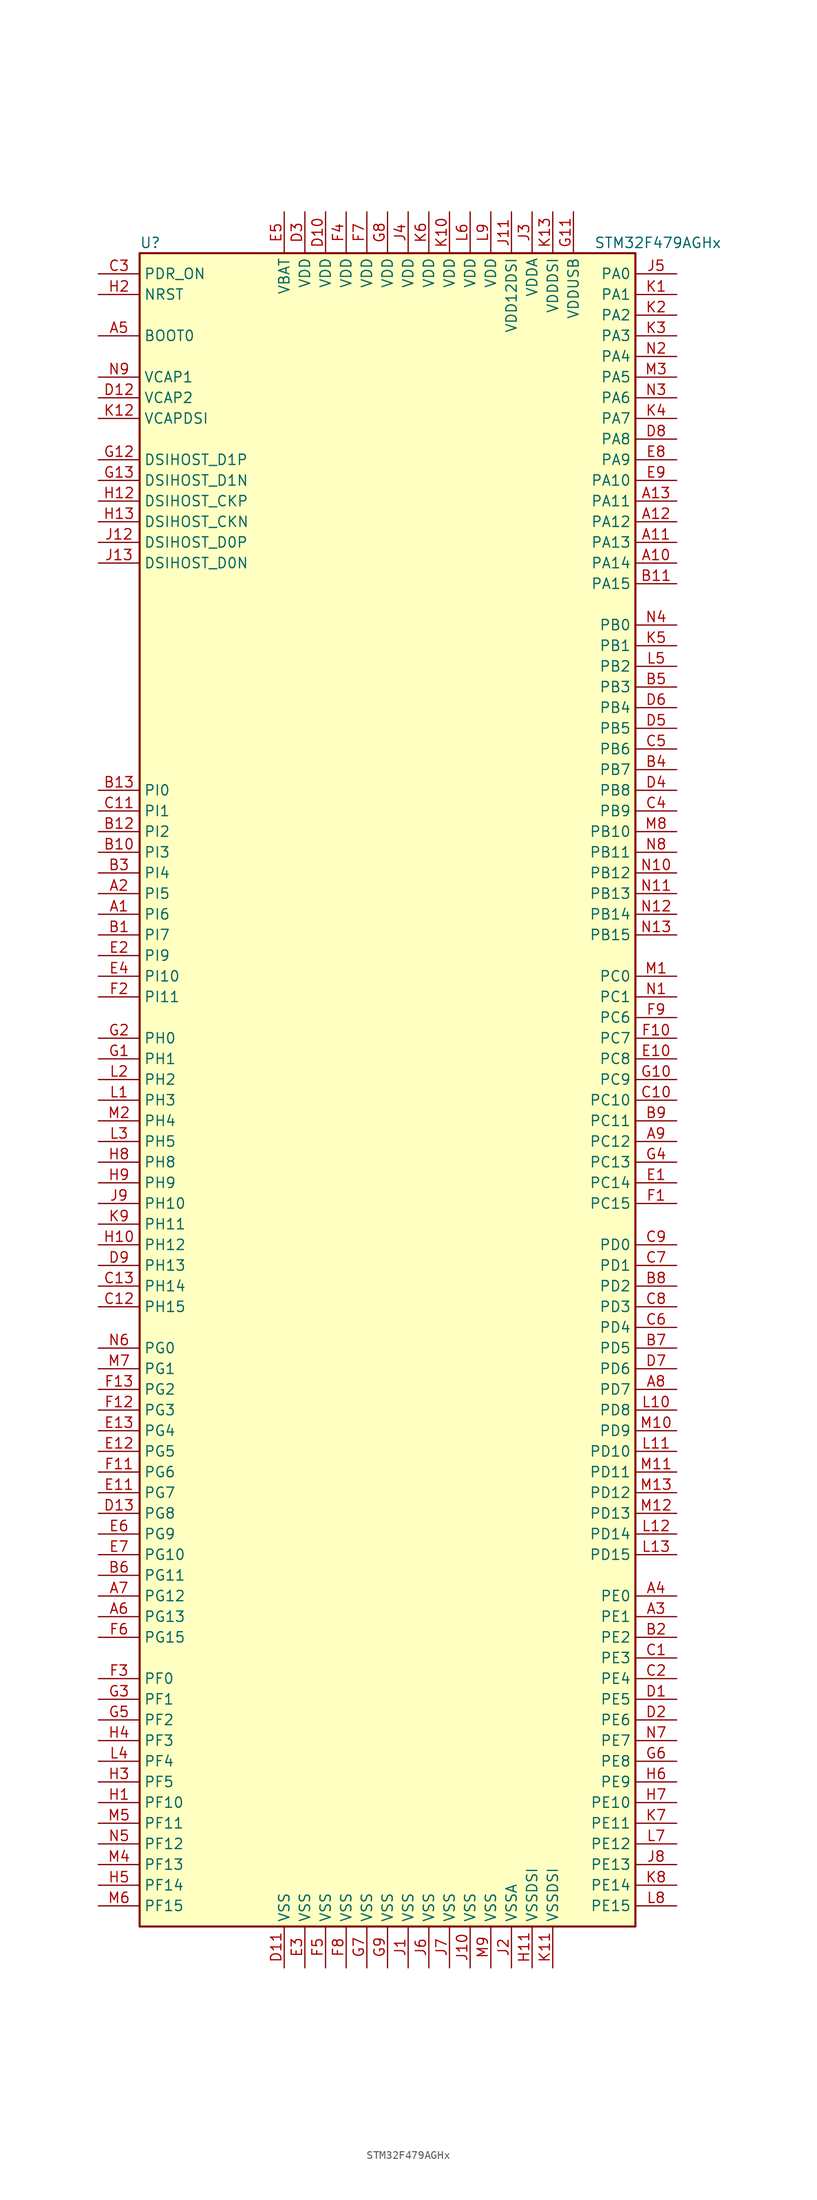
<source format=kicad_sym>
(kicad_symbol_lib
  (version 20201005)
  (generator kicad_symbol_editor)
  (symbol "STM32F479AGHx"
    (property "Reference" "U"
      (at -30.48 102.87 0)
      (effects (font (size 1.27 1.27)) (justify left)))
    (property "Value" "STM32F479AGHx"
      (at 25.4 102.87 0)
      (effects (font (size 1.27 1.27)) (justify left)))
    (symbol "STM32F479AGHx_0_1"
      (rectangle (start -30.48 -104.14) (end 30.48 101.6) (stroke (width 0.254)) (fill (type background))))
    (symbol "STM32F479AGHx_1_1"
      (pin input line (at -35.56 91.44 0) (length 5.08) (name "BOOT0" (effects (font (size 1.27 1.27)))) (number "A5" (effects (font (size 1.27 1.27)))))
      (pin bidirectional line (at -35.56 68.58 0) (length 5.08) (name "DSIHOST_CKN" (effects (font (size 1.27 1.27)))) (number "H13" (effects (font (size 1.27 1.27)))))
      (pin bidirectional line (at -35.56 71.12 0) (length 5.08) (name "DSIHOST_CKP" (effects (font (size 1.27 1.27)))) (number "H12" (effects (font (size 1.27 1.27)))))
      (pin bidirectional line (at -35.56 63.5 0) (length 5.08) (name "DSIHOST_D0N" (effects (font (size 1.27 1.27)))) (number "J13" (effects (font (size 1.27 1.27)))))
      (pin bidirectional line (at -35.56 66.04 0) (length 5.08) (name "DSIHOST_D0P" (effects (font (size 1.27 1.27)))) (number "J12" (effects (font (size 1.27 1.27)))))
      (pin bidirectional line (at -35.56 73.66 0) (length 5.08) (name "DSIHOST_D1N" (effects (font (size 1.27 1.27)))) (number "G13" (effects (font (size 1.27 1.27)))))
      (pin bidirectional line (at -35.56 76.2 0) (length 5.08) (name "DSIHOST_D1P" (effects (font (size 1.27 1.27)))) (number "G12" (effects (font (size 1.27 1.27)))))
      (pin input line (at -35.56 96.52 0) (length 5.08) (name "NRST" (effects (font (size 1.27 1.27)))) (number "H2" (effects (font (size 1.27 1.27)))))
      (pin bidirectional line (at 35.56 99.06 180) (length 5.08) (name "PA0" (effects (font (size 1.27 1.27)))) (number "J5" (effects (font (size 1.27 1.27)))))
      (pin bidirectional line (at 35.56 96.52 180) (length 5.08) (name "PA1" (effects (font (size 1.27 1.27)))) (number "K1" (effects (font (size 1.27 1.27)))))
      (pin bidirectional line (at 35.56 73.66 180) (length 5.08) (name "PA10" (effects (font (size 1.27 1.27)))) (number "E9" (effects (font (size 1.27 1.27)))))
      (pin bidirectional line (at 35.56 71.12 180) (length 5.08) (name "PA11" (effects (font (size 1.27 1.27)))) (number "A13" (effects (font (size 1.27 1.27)))))
      (pin bidirectional line (at 35.56 68.58 180) (length 5.08) (name "PA12" (effects (font (size 1.27 1.27)))) (number "A12" (effects (font (size 1.27 1.27)))))
      (pin bidirectional line (at 35.56 66.04 180) (length 5.08) (name "PA13" (effects (font (size 1.27 1.27)))) (number "A11" (effects (font (size 1.27 1.27)))))
      (pin bidirectional line (at 35.56 63.5 180) (length 5.08) (name "PA14" (effects (font (size 1.27 1.27)))) (number "A10" (effects (font (size 1.27 1.27)))))
      (pin bidirectional line (at 35.56 60.96 180) (length 5.08) (name "PA15" (effects (font (size 1.27 1.27)))) (number "B11" (effects (font (size 1.27 1.27)))))
      (pin bidirectional line (at 35.56 93.98 180) (length 5.08) (name "PA2" (effects (font (size 1.27 1.27)))) (number "K2" (effects (font (size 1.27 1.27)))))
      (pin bidirectional line (at 35.56 91.44 180) (length 5.08) (name "PA3" (effects (font (size 1.27 1.27)))) (number "K3" (effects (font (size 1.27 1.27)))))
      (pin bidirectional line (at 35.56 88.9 180) (length 5.08) (name "PA4" (effects (font (size 1.27 1.27)))) (number "N2" (effects (font (size 1.27 1.27)))))
      (pin bidirectional line (at 35.56 86.36 180) (length 5.08) (name "PA5" (effects (font (size 1.27 1.27)))) (number "M3" (effects (font (size 1.27 1.27)))))
      (pin bidirectional line (at 35.56 83.82 180) (length 5.08) (name "PA6" (effects (font (size 1.27 1.27)))) (number "N3" (effects (font (size 1.27 1.27)))))
      (pin bidirectional line (at 35.56 81.28 180) (length 5.08) (name "PA7" (effects (font (size 1.27 1.27)))) (number "K4" (effects (font (size 1.27 1.27)))))
      (pin bidirectional line (at 35.56 78.74 180) (length 5.08) (name "PA8" (effects (font (size 1.27 1.27)))) (number "D8" (effects (font (size 1.27 1.27)))))
      (pin bidirectional line (at 35.56 76.2 180) (length 5.08) (name "PA9" (effects (font (size 1.27 1.27)))) (number "E8" (effects (font (size 1.27 1.27)))))
      (pin bidirectional line (at 35.56 55.88 180) (length 5.08) (name "PB0" (effects (font (size 1.27 1.27)))) (number "N4" (effects (font (size 1.27 1.27)))))
      (pin bidirectional line (at 35.56 53.34 180) (length 5.08) (name "PB1" (effects (font (size 1.27 1.27)))) (number "K5" (effects (font (size 1.27 1.27)))))
      (pin bidirectional line (at 35.56 30.48 180) (length 5.08) (name "PB10" (effects (font (size 1.27 1.27)))) (number "M8" (effects (font (size 1.27 1.27)))))
      (pin bidirectional line (at 35.56 27.94 180) (length 5.08) (name "PB11" (effects (font (size 1.27 1.27)))) (number "N8" (effects (font (size 1.27 1.27)))))
      (pin bidirectional line (at 35.56 25.4 180) (length 5.08) (name "PB12" (effects (font (size 1.27 1.27)))) (number "N10" (effects (font (size 1.27 1.27)))))
      (pin bidirectional line (at 35.56 22.86 180) (length 5.08) (name "PB13" (effects (font (size 1.27 1.27)))) (number "N11" (effects (font (size 1.27 1.27)))))
      (pin bidirectional line (at 35.56 20.32 180) (length 5.08) (name "PB14" (effects (font (size 1.27 1.27)))) (number "N12" (effects (font (size 1.27 1.27)))))
      (pin bidirectional line (at 35.56 17.78 180) (length 5.08) (name "PB15" (effects (font (size 1.27 1.27)))) (number "N13" (effects (font (size 1.27 1.27)))))
      (pin bidirectional line (at 35.56 50.8 180) (length 5.08) (name "PB2" (effects (font (size 1.27 1.27)))) (number "L5" (effects (font (size 1.27 1.27)))))
      (pin bidirectional line (at 35.56 48.26 180) (length 5.08) (name "PB3" (effects (font (size 1.27 1.27)))) (number "B5" (effects (font (size 1.27 1.27)))))
      (pin bidirectional line (at 35.56 45.72 180) (length 5.08) (name "PB4" (effects (font (size 1.27 1.27)))) (number "D6" (effects (font (size 1.27 1.27)))))
      (pin bidirectional line (at 35.56 43.18 180) (length 5.08) (name "PB5" (effects (font (size 1.27 1.27)))) (number "D5" (effects (font (size 1.27 1.27)))))
      (pin bidirectional line (at 35.56 40.64 180) (length 5.08) (name "PB6" (effects (font (size 1.27 1.27)))) (number "C5" (effects (font (size 1.27 1.27)))))
      (pin bidirectional line (at 35.56 38.1 180) (length 5.08) (name "PB7" (effects (font (size 1.27 1.27)))) (number "B4" (effects (font (size 1.27 1.27)))))
      (pin bidirectional line (at 35.56 35.56 180) (length 5.08) (name "PB8" (effects (font (size 1.27 1.27)))) (number "D4" (effects (font (size 1.27 1.27)))))
      (pin bidirectional line (at 35.56 33.02 180) (length 5.08) (name "PB9" (effects (font (size 1.27 1.27)))) (number "C4" (effects (font (size 1.27 1.27)))))
      (pin bidirectional line (at 35.56 12.7 180) (length 5.08) (name "PC0" (effects (font (size 1.27 1.27)))) (number "M1" (effects (font (size 1.27 1.27)))))
      (pin bidirectional line (at 35.56 10.16 180) (length 5.08) (name "PC1" (effects (font (size 1.27 1.27)))) (number "N1" (effects (font (size 1.27 1.27)))))
      (pin bidirectional line (at 35.56 -2.54 180) (length 5.08) (name "PC10" (effects (font (size 1.27 1.27)))) (number "C10" (effects (font (size 1.27 1.27)))))
      (pin bidirectional line (at 35.56 -5.08 180) (length 5.08) (name "PC11" (effects (font (size 1.27 1.27)))) (number "B9" (effects (font (size 1.27 1.27)))))
      (pin bidirectional line (at 35.56 -7.62 180) (length 5.08) (name "PC12" (effects (font (size 1.27 1.27)))) (number "A9" (effects (font (size 1.27 1.27)))))
      (pin bidirectional line (at 35.56 -10.16 180) (length 5.08) (name "PC13" (effects (font (size 1.27 1.27)))) (number "G4" (effects (font (size 1.27 1.27)))))
      (pin bidirectional line (at 35.56 -12.7 180) (length 5.08) (name "PC14" (effects (font (size 1.27 1.27)))) (number "E1" (effects (font (size 1.27 1.27)))))
      (pin bidirectional line (at 35.56 -15.24 180) (length 5.08) (name "PC15" (effects (font (size 1.27 1.27)))) (number "F1" (effects (font (size 1.27 1.27)))))
      (pin bidirectional line (at 35.56 7.62 180) (length 5.08) (name "PC6" (effects (font (size 1.27 1.27)))) (number "F9" (effects (font (size 1.27 1.27)))))
      (pin bidirectional line (at 35.56 5.08 180) (length 5.08) (name "PC7" (effects (font (size 1.27 1.27)))) (number "F10" (effects (font (size 1.27 1.27)))))
      (pin bidirectional line (at 35.56 2.54 180) (length 5.08) (name "PC8" (effects (font (size 1.27 1.27)))) (number "E10" (effects (font (size 1.27 1.27)))))
      (pin bidirectional line (at 35.56 0 180) (length 5.08) (name "PC9" (effects (font (size 1.27 1.27)))) (number "G10" (effects (font (size 1.27 1.27)))))
      (pin bidirectional line (at 35.56 -20.32 180) (length 5.08) (name "PD0" (effects (font (size 1.27 1.27)))) (number "C9" (effects (font (size 1.27 1.27)))))
      (pin bidirectional line (at 35.56 -22.86 180) (length 5.08) (name "PD1" (effects (font (size 1.27 1.27)))) (number "C7" (effects (font (size 1.27 1.27)))))
      (pin bidirectional line (at 35.56 -45.72 180) (length 5.08) (name "PD10" (effects (font (size 1.27 1.27)))) (number "L11" (effects (font (size 1.27 1.27)))))
      (pin bidirectional line (at 35.56 -48.26 180) (length 5.08) (name "PD11" (effects (font (size 1.27 1.27)))) (number "M11" (effects (font (size 1.27 1.27)))))
      (pin bidirectional line (at 35.56 -50.8 180) (length 5.08) (name "PD12" (effects (font (size 1.27 1.27)))) (number "M13" (effects (font (size 1.27 1.27)))))
      (pin bidirectional line (at 35.56 -53.34 180) (length 5.08) (name "PD13" (effects (font (size 1.27 1.27)))) (number "M12" (effects (font (size 1.27 1.27)))))
      (pin bidirectional line (at 35.56 -55.88 180) (length 5.08) (name "PD14" (effects (font (size 1.27 1.27)))) (number "L12" (effects (font (size 1.27 1.27)))))
      (pin bidirectional line (at 35.56 -58.42 180) (length 5.08) (name "PD15" (effects (font (size 1.27 1.27)))) (number "L13" (effects (font (size 1.27 1.27)))))
      (pin bidirectional line (at 35.56 -25.4 180) (length 5.08) (name "PD2" (effects (font (size 1.27 1.27)))) (number "B8" (effects (font (size 1.27 1.27)))))
      (pin bidirectional line (at 35.56 -27.94 180) (length 5.08) (name "PD3" (effects (font (size 1.27 1.27)))) (number "C8" (effects (font (size 1.27 1.27)))))
      (pin bidirectional line (at 35.56 -30.48 180) (length 5.08) (name "PD4" (effects (font (size 1.27 1.27)))) (number "C6" (effects (font (size 1.27 1.27)))))
      (pin bidirectional line (at 35.56 -33.02 180) (length 5.08) (name "PD5" (effects (font (size 1.27 1.27)))) (number "B7" (effects (font (size 1.27 1.27)))))
      (pin bidirectional line (at 35.56 -35.56 180) (length 5.08) (name "PD6" (effects (font (size 1.27 1.27)))) (number "D7" (effects (font (size 1.27 1.27)))))
      (pin bidirectional line (at 35.56 -38.1 180) (length 5.08) (name "PD7" (effects (font (size 1.27 1.27)))) (number "A8" (effects (font (size 1.27 1.27)))))
      (pin bidirectional line (at 35.56 -40.64 180) (length 5.08) (name "PD8" (effects (font (size 1.27 1.27)))) (number "L10" (effects (font (size 1.27 1.27)))))
      (pin bidirectional line (at 35.56 -43.18 180) (length 5.08) (name "PD9" (effects (font (size 1.27 1.27)))) (number "M10" (effects (font (size 1.27 1.27)))))
      (pin input line (at -35.56 99.06 0) (length 5.08) (name "PDR_ON" (effects (font (size 1.27 1.27)))) (number "C3" (effects (font (size 1.27 1.27)))))
      (pin bidirectional line (at 35.56 -63.5 180) (length 5.08) (name "PE0" (effects (font (size 1.27 1.27)))) (number "A4" (effects (font (size 1.27 1.27)))))
      (pin bidirectional line (at 35.56 -66.04 180) (length 5.08) (name "PE1" (effects (font (size 1.27 1.27)))) (number "A3" (effects (font (size 1.27 1.27)))))
      (pin bidirectional line (at 35.56 -88.9 180) (length 5.08) (name "PE10" (effects (font (size 1.27 1.27)))) (number "H7" (effects (font (size 1.27 1.27)))))
      (pin bidirectional line (at 35.56 -91.44 180) (length 5.08) (name "PE11" (effects (font (size 1.27 1.27)))) (number "K7" (effects (font (size 1.27 1.27)))))
      (pin bidirectional line (at 35.56 -93.98 180) (length 5.08) (name "PE12" (effects (font (size 1.27 1.27)))) (number "L7" (effects (font (size 1.27 1.27)))))
      (pin bidirectional line (at 35.56 -96.52 180) (length 5.08) (name "PE13" (effects (font (size 1.27 1.27)))) (number "J8" (effects (font (size 1.27 1.27)))))
      (pin bidirectional line (at 35.56 -99.06 180) (length 5.08) (name "PE14" (effects (font (size 1.27 1.27)))) (number "K8" (effects (font (size 1.27 1.27)))))
      (pin bidirectional line (at 35.56 -101.6 180) (length 5.08) (name "PE15" (effects (font (size 1.27 1.27)))) (number "L8" (effects (font (size 1.27 1.27)))))
      (pin bidirectional line (at 35.56 -68.58 180) (length 5.08) (name "PE2" (effects (font (size 1.27 1.27)))) (number "B2" (effects (font (size 1.27 1.27)))))
      (pin bidirectional line (at 35.56 -71.12 180) (length 5.08) (name "PE3" (effects (font (size 1.27 1.27)))) (number "C1" (effects (font (size 1.27 1.27)))))
      (pin bidirectional line (at 35.56 -73.66 180) (length 5.08) (name "PE4" (effects (font (size 1.27 1.27)))) (number "C2" (effects (font (size 1.27 1.27)))))
      (pin bidirectional line (at 35.56 -76.2 180) (length 5.08) (name "PE5" (effects (font (size 1.27 1.27)))) (number "D1" (effects (font (size 1.27 1.27)))))
      (pin bidirectional line (at 35.56 -78.74 180) (length 5.08) (name "PE6" (effects (font (size 1.27 1.27)))) (number "D2" (effects (font (size 1.27 1.27)))))
      (pin bidirectional line (at 35.56 -81.28 180) (length 5.08) (name "PE7" (effects (font (size 1.27 1.27)))) (number "N7" (effects (font (size 1.27 1.27)))))
      (pin bidirectional line (at 35.56 -83.82 180) (length 5.08) (name "PE8" (effects (font (size 1.27 1.27)))) (number "G6" (effects (font (size 1.27 1.27)))))
      (pin bidirectional line (at 35.56 -86.36 180) (length 5.08) (name "PE9" (effects (font (size 1.27 1.27)))) (number "H6" (effects (font (size 1.27 1.27)))))
      (pin bidirectional line (at -35.56 -73.66 0) (length 5.08) (name "PF0" (effects (font (size 1.27 1.27)))) (number "F3" (effects (font (size 1.27 1.27)))))
      (pin bidirectional line (at -35.56 -76.2 0) (length 5.08) (name "PF1" (effects (font (size 1.27 1.27)))) (number "G3" (effects (font (size 1.27 1.27)))))
      (pin bidirectional line (at -35.56 -88.9 0) (length 5.08) (name "PF10" (effects (font (size 1.27 1.27)))) (number "H1" (effects (font (size 1.27 1.27)))))
      (pin bidirectional line (at -35.56 -91.44 0) (length 5.08) (name "PF11" (effects (font (size 1.27 1.27)))) (number "M5" (effects (font (size 1.27 1.27)))))
      (pin bidirectional line (at -35.56 -93.98 0) (length 5.08) (name "PF12" (effects (font (size 1.27 1.27)))) (number "N5" (effects (font (size 1.27 1.27)))))
      (pin bidirectional line (at -35.56 -96.52 0) (length 5.08) (name "PF13" (effects (font (size 1.27 1.27)))) (number "M4" (effects (font (size 1.27 1.27)))))
      (pin bidirectional line (at -35.56 -99.06 0) (length 5.08) (name "PF14" (effects (font (size 1.27 1.27)))) (number "H5" (effects (font (size 1.27 1.27)))))
      (pin bidirectional line (at -35.56 -101.6 0) (length 5.08) (name "PF15" (effects (font (size 1.27 1.27)))) (number "M6" (effects (font (size 1.27 1.27)))))
      (pin bidirectional line (at -35.56 -78.74 0) (length 5.08) (name "PF2" (effects (font (size 1.27 1.27)))) (number "G5" (effects (font (size 1.27 1.27)))))
      (pin bidirectional line (at -35.56 -81.28 0) (length 5.08) (name "PF3" (effects (font (size 1.27 1.27)))) (number "H4" (effects (font (size 1.27 1.27)))))
      (pin bidirectional line (at -35.56 -83.82 0) (length 5.08) (name "PF4" (effects (font (size 1.27 1.27)))) (number "L4" (effects (font (size 1.27 1.27)))))
      (pin bidirectional line (at -35.56 -86.36 0) (length 5.08) (name "PF5" (effects (font (size 1.27 1.27)))) (number "H3" (effects (font (size 1.27 1.27)))))
      (pin bidirectional line (at -35.56 -33.02 0) (length 5.08) (name "PG0" (effects (font (size 1.27 1.27)))) (number "N6" (effects (font (size 1.27 1.27)))))
      (pin bidirectional line (at -35.56 -35.56 0) (length 5.08) (name "PG1" (effects (font (size 1.27 1.27)))) (number "M7" (effects (font (size 1.27 1.27)))))
      (pin bidirectional line (at -35.56 -58.42 0) (length 5.08) (name "PG10" (effects (font (size 1.27 1.27)))) (number "E7" (effects (font (size 1.27 1.27)))))
      (pin bidirectional line (at -35.56 -60.96 0) (length 5.08) (name "PG11" (effects (font (size 1.27 1.27)))) (number "B6" (effects (font (size 1.27 1.27)))))
      (pin bidirectional line (at -35.56 -63.5 0) (length 5.08) (name "PG12" (effects (font (size 1.27 1.27)))) (number "A7" (effects (font (size 1.27 1.27)))))
      (pin bidirectional line (at -35.56 -66.04 0) (length 5.08) (name "PG13" (effects (font (size 1.27 1.27)))) (number "A6" (effects (font (size 1.27 1.27)))))
      (pin bidirectional line (at -35.56 -68.58 0) (length 5.08) (name "PG15" (effects (font (size 1.27 1.27)))) (number "F6" (effects (font (size 1.27 1.27)))))
      (pin bidirectional line (at -35.56 -38.1 0) (length 5.08) (name "PG2" (effects (font (size 1.27 1.27)))) (number "F13" (effects (font (size 1.27 1.27)))))
      (pin bidirectional line (at -35.56 -40.64 0) (length 5.08) (name "PG3" (effects (font (size 1.27 1.27)))) (number "F12" (effects (font (size 1.27 1.27)))))
      (pin bidirectional line (at -35.56 -43.18 0) (length 5.08) (name "PG4" (effects (font (size 1.27 1.27)))) (number "E13" (effects (font (size 1.27 1.27)))))
      (pin bidirectional line (at -35.56 -45.72 0) (length 5.08) (name "PG5" (effects (font (size 1.27 1.27)))) (number "E12" (effects (font (size 1.27 1.27)))))
      (pin bidirectional line (at -35.56 -48.26 0) (length 5.08) (name "PG6" (effects (font (size 1.27 1.27)))) (number "F11" (effects (font (size 1.27 1.27)))))
      (pin bidirectional line (at -35.56 -50.8 0) (length 5.08) (name "PG7" (effects (font (size 1.27 1.27)))) (number "E11" (effects (font (size 1.27 1.27)))))
      (pin bidirectional line (at -35.56 -53.34 0) (length 5.08) (name "PG8" (effects (font (size 1.27 1.27)))) (number "D13" (effects (font (size 1.27 1.27)))))
      (pin bidirectional line (at -35.56 -55.88 0) (length 5.08) (name "PG9" (effects (font (size 1.27 1.27)))) (number "E6" (effects (font (size 1.27 1.27)))))
      (pin input line (at -35.56 5.08 0) (length 5.08) (name "PH0" (effects (font (size 1.27 1.27)))) (number "G2" (effects (font (size 1.27 1.27)))))
      (pin input line (at -35.56 2.54 0) (length 5.08) (name "PH1" (effects (font (size 1.27 1.27)))) (number "G1" (effects (font (size 1.27 1.27)))))
      (pin bidirectional line (at -35.56 -15.24 0) (length 5.08) (name "PH10" (effects (font (size 1.27 1.27)))) (number "J9" (effects (font (size 1.27 1.27)))))
      (pin bidirectional line (at -35.56 -17.78 0) (length 5.08) (name "PH11" (effects (font (size 1.27 1.27)))) (number "K9" (effects (font (size 1.27 1.27)))))
      (pin bidirectional line (at -35.56 -20.32 0) (length 5.08) (name "PH12" (effects (font (size 1.27 1.27)))) (number "H10" (effects (font (size 1.27 1.27)))))
      (pin bidirectional line (at -35.56 -22.86 0) (length 5.08) (name "PH13" (effects (font (size 1.27 1.27)))) (number "D9" (effects (font (size 1.27 1.27)))))
      (pin bidirectional line (at -35.56 -25.4 0) (length 5.08) (name "PH14" (effects (font (size 1.27 1.27)))) (number "C13" (effects (font (size 1.27 1.27)))))
      (pin bidirectional line (at -35.56 -27.94 0) (length 5.08) (name "PH15" (effects (font (size 1.27 1.27)))) (number "C12" (effects (font (size 1.27 1.27)))))
      (pin bidirectional line (at -35.56 0 0) (length 5.08) (name "PH2" (effects (font (size 1.27 1.27)))) (number "L2" (effects (font (size 1.27 1.27)))))
      (pin bidirectional line (at -35.56 -2.54 0) (length 5.08) (name "PH3" (effects (font (size 1.27 1.27)))) (number "L1" (effects (font (size 1.27 1.27)))))
      (pin bidirectional line (at -35.56 -5.08 0) (length 5.08) (name "PH4" (effects (font (size 1.27 1.27)))) (number "M2" (effects (font (size 1.27 1.27)))))
      (pin bidirectional line (at -35.56 -7.62 0) (length 5.08) (name "PH5" (effects (font (size 1.27 1.27)))) (number "L3" (effects (font (size 1.27 1.27)))))
      (pin bidirectional line (at -35.56 -10.16 0) (length 5.08) (name "PH8" (effects (font (size 1.27 1.27)))) (number "H8" (effects (font (size 1.27 1.27)))))
      (pin bidirectional line (at -35.56 -12.7 0) (length 5.08) (name "PH9" (effects (font (size 1.27 1.27)))) (number "H9" (effects (font (size 1.27 1.27)))))
      (pin bidirectional line (at -35.56 35.56 0) (length 5.08) (name "PI0" (effects (font (size 1.27 1.27)))) (number "B13" (effects (font (size 1.27 1.27)))))
      (pin bidirectional line (at -35.56 33.02 0) (length 5.08) (name "PI1" (effects (font (size 1.27 1.27)))) (number "C11" (effects (font (size 1.27 1.27)))))
      (pin bidirectional line (at -35.56 12.7 0) (length 5.08) (name "PI10" (effects (font (size 1.27 1.27)))) (number "E4" (effects (font (size 1.27 1.27)))))
      (pin bidirectional line (at -35.56 10.16 0) (length 5.08) (name "PI11" (effects (font (size 1.27 1.27)))) (number "F2" (effects (font (size 1.27 1.27)))))
      (pin bidirectional line (at -35.56 30.48 0) (length 5.08) (name "PI2" (effects (font (size 1.27 1.27)))) (number "B12" (effects (font (size 1.27 1.27)))))
      (pin bidirectional line (at -35.56 27.94 0) (length 5.08) (name "PI3" (effects (font (size 1.27 1.27)))) (number "B10" (effects (font (size 1.27 1.27)))))
      (pin bidirectional line (at -35.56 25.4 0) (length 5.08) (name "PI4" (effects (font (size 1.27 1.27)))) (number "B3" (effects (font (size 1.27 1.27)))))
      (pin bidirectional line (at -35.56 22.86 0) (length 5.08) (name "PI5" (effects (font (size 1.27 1.27)))) (number "A2" (effects (font (size 1.27 1.27)))))
      (pin bidirectional line (at -35.56 20.32 0) (length 5.08) (name "PI6" (effects (font (size 1.27 1.27)))) (number "A1" (effects (font (size 1.27 1.27)))))
      (pin bidirectional line (at -35.56 17.78 0) (length 5.08) (name "PI7" (effects (font (size 1.27 1.27)))) (number "B1" (effects (font (size 1.27 1.27)))))
      (pin bidirectional line (at -35.56 15.24 0) (length 5.08) (name "PI9" (effects (font (size 1.27 1.27)))) (number "E2" (effects (font (size 1.27 1.27)))))
      (pin power_in line (at -12.7 106.68 270) (length 5.08) (name "VBAT" (effects (font (size 1.27 1.27)))) (number "E5" (effects (font (size 1.27 1.27)))))
      (pin power_in line (at -35.56 86.36 0) (length 5.08) (name "VCAP1" (effects (font (size 1.27 1.27)))) (number "N9" (effects (font (size 1.27 1.27)))))
      (pin power_in line (at -35.56 83.82 0) (length 5.08) (name "VCAP2" (effects (font (size 1.27 1.27)))) (number "D12" (effects (font (size 1.27 1.27)))))
      (pin power_in line (at -35.56 81.28 0) (length 5.08) (name "VCAPDSI" (effects (font (size 1.27 1.27)))) (number "K12" (effects (font (size 1.27 1.27)))))
      (pin power_in line (at -7.62 106.68 270) (length 5.08) (name "VDD" (effects (font (size 1.27 1.27)))) (number "D10" (effects (font (size 1.27 1.27)))))
      (pin power_in line (at -10.16 106.68 270) (length 5.08) (name "VDD" (effects (font (size 1.27 1.27)))) (number "D3" (effects (font (size 1.27 1.27)))))
      (pin power_in line (at -5.08 106.68 270) (length 5.08) (name "VDD" (effects (font (size 1.27 1.27)))) (number "F4" (effects (font (size 1.27 1.27)))))
      (pin power_in line (at -2.54 106.68 270) (length 5.08) (name "VDD" (effects (font (size 1.27 1.27)))) (number "F7" (effects (font (size 1.27 1.27)))))
      (pin power_in line (at 0 106.68 270) (length 5.08) (name "VDD" (effects (font (size 1.27 1.27)))) (number "G8" (effects (font (size 1.27 1.27)))))
      (pin power_in line (at 2.54 106.68 270) (length 5.08) (name "VDD" (effects (font (size 1.27 1.27)))) (number "J4" (effects (font (size 1.27 1.27)))))
      (pin power_in line (at 7.62 106.68 270) (length 5.08) (name "VDD" (effects (font (size 1.27 1.27)))) (number "K10" (effects (font (size 1.27 1.27)))))
      (pin power_in line (at 5.08 106.68 270) (length 5.08) (name "VDD" (effects (font (size 1.27 1.27)))) (number "K6" (effects (font (size 1.27 1.27)))))
      (pin power_in line (at 10.16 106.68 270) (length 5.08) (name "VDD" (effects (font (size 1.27 1.27)))) (number "L6" (effects (font (size 1.27 1.27)))))
      (pin power_in line (at 12.7 106.68 270) (length 5.08) (name "VDD" (effects (font (size 1.27 1.27)))) (number "L9" (effects (font (size 1.27 1.27)))))
      (pin power_in line (at 15.24 106.68 270) (length 5.08) (name "VDD12DSI" (effects (font (size 1.27 1.27)))) (number "J11" (effects (font (size 1.27 1.27)))))
      (pin power_in line (at 17.78 106.68 270) (length 5.08) (name "VDDA" (effects (font (size 1.27 1.27)))) (number "J3" (effects (font (size 1.27 1.27)))))
      (pin power_in line (at 20.32 106.68 270) (length 5.08) (name "VDDDSI" (effects (font (size 1.27 1.27)))) (number "K13" (effects (font (size 1.27 1.27)))))
      (pin power_in line (at 22.86 106.68 270) (length 5.08) (name "VDDUSB" (effects (font (size 1.27 1.27)))) (number "G11" (effects (font (size 1.27 1.27)))))
      (pin power_in line (at -12.7 -109.22 90) (length 5.08) (name "VSS" (effects (font (size 1.27 1.27)))) (number "D11" (effects (font (size 1.27 1.27)))))
      (pin power_in line (at -10.16 -109.22 90) (length 5.08) (name "VSS" (effects (font (size 1.27 1.27)))) (number "E3" (effects (font (size 1.27 1.27)))))
      (pin power_in line (at -7.62 -109.22 90) (length 5.08) (name "VSS" (effects (font (size 1.27 1.27)))) (number "F5" (effects (font (size 1.27 1.27)))))
      (pin power_in line (at -5.08 -109.22 90) (length 5.08) (name "VSS" (effects (font (size 1.27 1.27)))) (number "F8" (effects (font (size 1.27 1.27)))))
      (pin power_in line (at -2.54 -109.22 90) (length 5.08) (name "VSS" (effects (font (size 1.27 1.27)))) (number "G7" (effects (font (size 1.27 1.27)))))
      (pin power_in line (at 0 -109.22 90) (length 5.08) (name "VSS" (effects (font (size 1.27 1.27)))) (number "G9" (effects (font (size 1.27 1.27)))))
      (pin power_in line (at 2.54 -109.22 90) (length 5.08) (name "VSS" (effects (font (size 1.27 1.27)))) (number "J1" (effects (font (size 1.27 1.27)))))
      (pin power_in line (at 10.16 -109.22 90) (length 5.08) (name "VSS" (effects (font (size 1.27 1.27)))) (number "J10" (effects (font (size 1.27 1.27)))))
      (pin power_in line (at 5.08 -109.22 90) (length 5.08) (name "VSS" (effects (font (size 1.27 1.27)))) (number "J6" (effects (font (size 1.27 1.27)))))
      (pin power_in line (at 7.62 -109.22 90) (length 5.08) (name "VSS" (effects (font (size 1.27 1.27)))) (number "J7" (effects (font (size 1.27 1.27)))))
      (pin power_in line (at 12.7 -109.22 90) (length 5.08) (name "VSS" (effects (font (size 1.27 1.27)))) (number "M9" (effects (font (size 1.27 1.27)))))
      (pin power_in line (at 15.24 -109.22 90) (length 5.08) (name "VSSA" (effects (font (size 1.27 1.27)))) (number "J2" (effects (font (size 1.27 1.27)))))
      (pin power_in line (at 17.78 -109.22 90) (length 5.08) (name "VSSDSI" (effects (font (size 1.27 1.27)))) (number "H11" (effects (font (size 1.27 1.27)))))
      (pin power_in line (at 20.32 -109.22 90) (length 5.08) (name "VSSDSI" (effects (font (size 1.27 1.27)))) (number "K11" (effects (font (size 1.27 1.27))))))))
</source>
